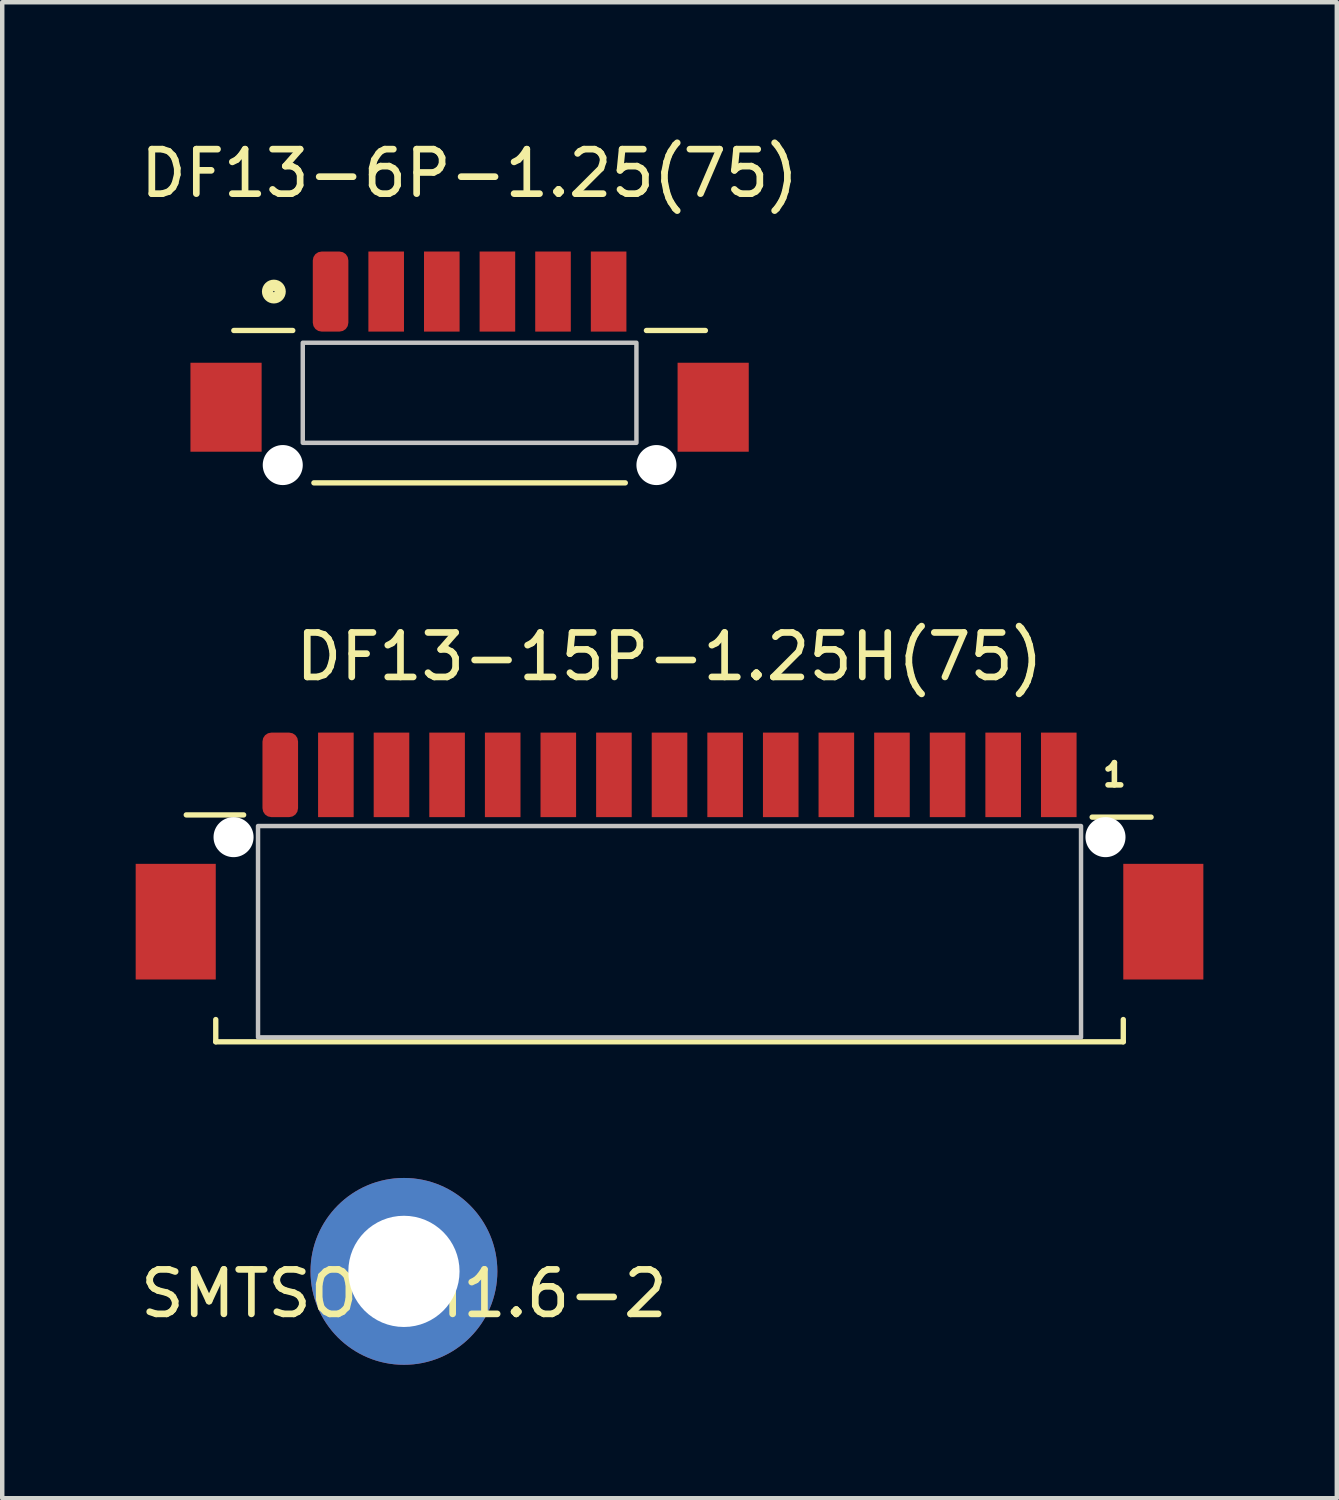
<source format=kicad_pcb>
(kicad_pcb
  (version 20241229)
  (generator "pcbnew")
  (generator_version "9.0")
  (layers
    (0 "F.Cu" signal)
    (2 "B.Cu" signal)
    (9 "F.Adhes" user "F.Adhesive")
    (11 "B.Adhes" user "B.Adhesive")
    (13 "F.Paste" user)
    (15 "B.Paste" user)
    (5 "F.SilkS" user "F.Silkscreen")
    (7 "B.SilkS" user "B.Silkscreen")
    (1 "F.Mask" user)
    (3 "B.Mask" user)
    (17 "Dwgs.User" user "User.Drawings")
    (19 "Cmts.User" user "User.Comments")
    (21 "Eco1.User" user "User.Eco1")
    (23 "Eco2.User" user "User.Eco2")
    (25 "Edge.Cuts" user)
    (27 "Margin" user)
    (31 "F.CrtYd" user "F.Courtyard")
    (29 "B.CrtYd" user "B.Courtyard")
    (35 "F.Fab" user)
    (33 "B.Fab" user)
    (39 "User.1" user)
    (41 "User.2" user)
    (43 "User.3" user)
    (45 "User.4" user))
  (footprint "SMTSO-M1.6-2"
    (layer "F.Cu")
    (at 6.03 25.529)
    (property "Reference" "SMTSO-M1.6-2" (at 0 0.5 0) (layer "F.SilkS") (effects (font (size 1 1) (thickness 0.15))))
    (attr through_hole)
    (pad "1" thru_hole circle (at 0 0 90) (size 4.2 4.2) (drill 2.5) (layers "*.Cu" "*.Mask")))
  (footprint "DF13-6P-1.25(75)"
    (layer "F.Cu")
    (at 7.506 4.404)
    (property "Reference" "DF13-6P-1.25(75)" (at 0 -3.556 0) (layer "F.SilkS") (effects (font (size 1 1) (thickness 0.15))))
    (attr through_hole)
    (fp_line (start -5.3 -0.025) (end -3.975 -0.025) (stroke (width 0.12) (type solid)) (layer "F.SilkS"))
    (fp_line (start -3.5 3.4) (end 3.5 3.4) (stroke (width 0.12) (type solid)) (layer "F.SilkS"))
    (fp_line (start 5.3 -0.025) (end 3.975 -0.025) (stroke (width 0.12) (type solid)) (layer "F.SilkS"))
    (fp_circle (center -4.4 -0.9) (end -4.259 -0.9) (stroke (width 0.254) (type solid)) (fill no) (layer "F.SilkS"))
    (fp_poly (pts (xy 3.75 2.5) (xy -3.75 2.5) (xy -3.75 0.25) (xy 3.75 0.25)) (stroke (width 0.1) (type solid)) (fill no) (layer "Dwgs.User"))
    (pad "" np_thru_hole circle (at -4.2 3 180) (size 0.9 0.9) (drill 0.9) (layers "*.Cu" "*.Mask"))
    (pad "" np_thru_hole circle (at 4.2 3 180) (size 0.9 0.9) (drill 0.9) (layers "*.Cu" "*.Mask"))
    (pad "1" smd roundrect (at -3.125 -0.9) (size 0.8 1.8) (layers "F.Cu" "F.Mask" "F.Paste") (roundrect_rratio 0.25))
    (pad "2" smd rect (at -1.875 -0.9) (size 0.8 1.8) (layers "F.Cu" "F.Mask" "F.Paste"))
    (pad "3" smd rect (at -0.625 -0.9) (size 0.8 1.8) (layers "F.Cu" "F.Mask" "F.Paste"))
    (pad "4" smd rect (at 0.625 -0.9) (size 0.8 1.8) (layers "F.Cu" "F.Mask" "F.Paste"))
    (pad "5" smd rect (at 1.875 -0.9) (size 0.8 1.8) (layers "F.Cu" "F.Mask" "F.Paste"))
    (pad "6" smd rect (at 3.125 -0.9) (size 0.8 1.8) (layers "F.Cu" "F.Mask" "F.Paste"))
    (pad "7" smd rect (at -5.475 1.7) (size 1.6 2) (layers "F.Cu" "F.Mask" "F.Paste"))
    (pad "7" smd rect (at 5.475 1.7 180) (size 1.6 2) (layers "F.Cu" "F.Mask" "F.Paste")))
  (footprint "DF13-15P-1.25H(75)"
    (layer "F.Cu")
    (at 12 15.268)
    (property "Reference" "DF13-15P-1.25H(75)" (at 0 -3.556 0) (layer "F.SilkS") (effects (font (size 1 1) (thickness 0.15))))
    (attr through_hole)
    (fp_line (start -10.863 0) (end -9.573 0) (stroke (width 0.12) (type solid)) (layer "F.SilkS"))
    (fp_line (start -10.2 5.1) (end -10.2 4.6) (stroke (width 0.12) (type solid)) (layer "F.SilkS"))
    (fp_line (start -10.2 5.1) (end 10.2 5.1) (stroke (width 0.12) (type solid)) (layer "F.SilkS"))
    (fp_line (start 9.5 0.05) (end 10.825 0.05) (stroke (width 0.12) (type solid)) (layer "F.SilkS"))
    (fp_line (start 10.2 5.1) (end 10.2 4.6) (stroke (width 0.12) (type solid)) (layer "F.SilkS"))
    (fp_poly (pts (xy 9.25 5) (xy -9.25 5) (xy -9.25 0.25) (xy 9.25 0.25)) (stroke (width 0.1) (type solid)) (fill no) (layer "Dwgs.User"))
    (fp_text user "1" (at 10 -0.9 0) (layer "F.SilkS") (effects (font (size 0.5 0.5) (thickness 0.125))))
    (pad "" np_thru_hole circle (at -9.8 0.5 180) (size 0.9 0.9) (drill 0.9) (layers "*.Cu" "*.Mask"))
    (pad "" np_thru_hole circle (at 9.8 0.5 180) (size 0.9 0.9) (drill 0.9) (layers "*.Cu" "*.Mask"))
    (pad "1" smd rect (at 8.75 -0.9) (size 0.8 1.9) (layers "F.Cu" "F.Mask" "F.Paste"))
    (pad "2" smd rect (at 7.5 -0.9) (size 0.8 1.9) (layers "F.Cu" "F.Mask" "F.Paste"))
    (pad "3" smd rect (at 6.25 -0.9) (size 0.8 1.9) (layers "F.Cu" "F.Mask" "F.Paste"))
    (pad "4" smd rect (at 5 -0.9) (size 0.8 1.9) (layers "F.Cu" "F.Mask" "F.Paste"))
    (pad "5" smd rect (at 3.75 -0.9) (size 0.8 1.9) (layers "F.Cu" "F.Mask" "F.Paste"))
    (pad "6" smd rect (at 2.5 -0.9) (size 0.8 1.9) (layers "F.Cu" "F.Mask" "F.Paste"))
    (pad "7" smd rect (at 1.25 -0.9) (size 0.8 1.9) (layers "F.Cu" "F.Mask" "F.Paste"))
    (pad "8" smd rect (at 0 -0.9) (size 0.8 1.9) (layers "F.Cu" "F.Mask" "F.Paste"))
    (pad "9" smd rect (at -1.25 -0.9) (size 0.8 1.9) (layers "F.Cu" "F.Mask" "F.Paste"))
    (pad "10" smd rect (at -2.5 -0.9) (size 0.8 1.9) (layers "F.Cu" "F.Mask" "F.Paste"))
    (pad "11" smd rect (at -3.75 -0.9) (size 0.8 1.9) (layers "F.Cu" "F.Mask" "F.Paste"))
    (pad "12" smd rect (at -5 -0.9) (size 0.8 1.9) (layers "F.Cu" "F.Mask" "F.Paste"))
    (pad "13" smd rect (at -6.25 -0.9) (size 0.8 1.9) (layers "F.Cu" "F.Mask" "F.Paste"))
    (pad "14" smd rect (at -7.5 -0.9) (size 0.8 1.9) (layers "F.Cu" "F.Mask" "F.Paste"))
    (pad "15" smd roundrect (at -8.75 -0.9) (size 0.8 1.9) (layers "F.Cu" "F.Mask" "F.Paste") (roundrect_rratio 0.25))
    (pad "16" smd rect (at -11.1 2.4) (size 1.8 2.6) (layers "F.Cu" "F.Mask" "F.Paste"))
    (pad "16" smd rect (at 11.1 2.4 180) (size 1.8 2.6) (layers "F.Cu" "F.Mask" "F.Paste")))
  (gr_rect
    (start -3 -3)
    (end 27 30.628)
    (stroke (width 0.1) (type default))
    (fill no)
    (layer "Edge.Cuts")))
</source>
